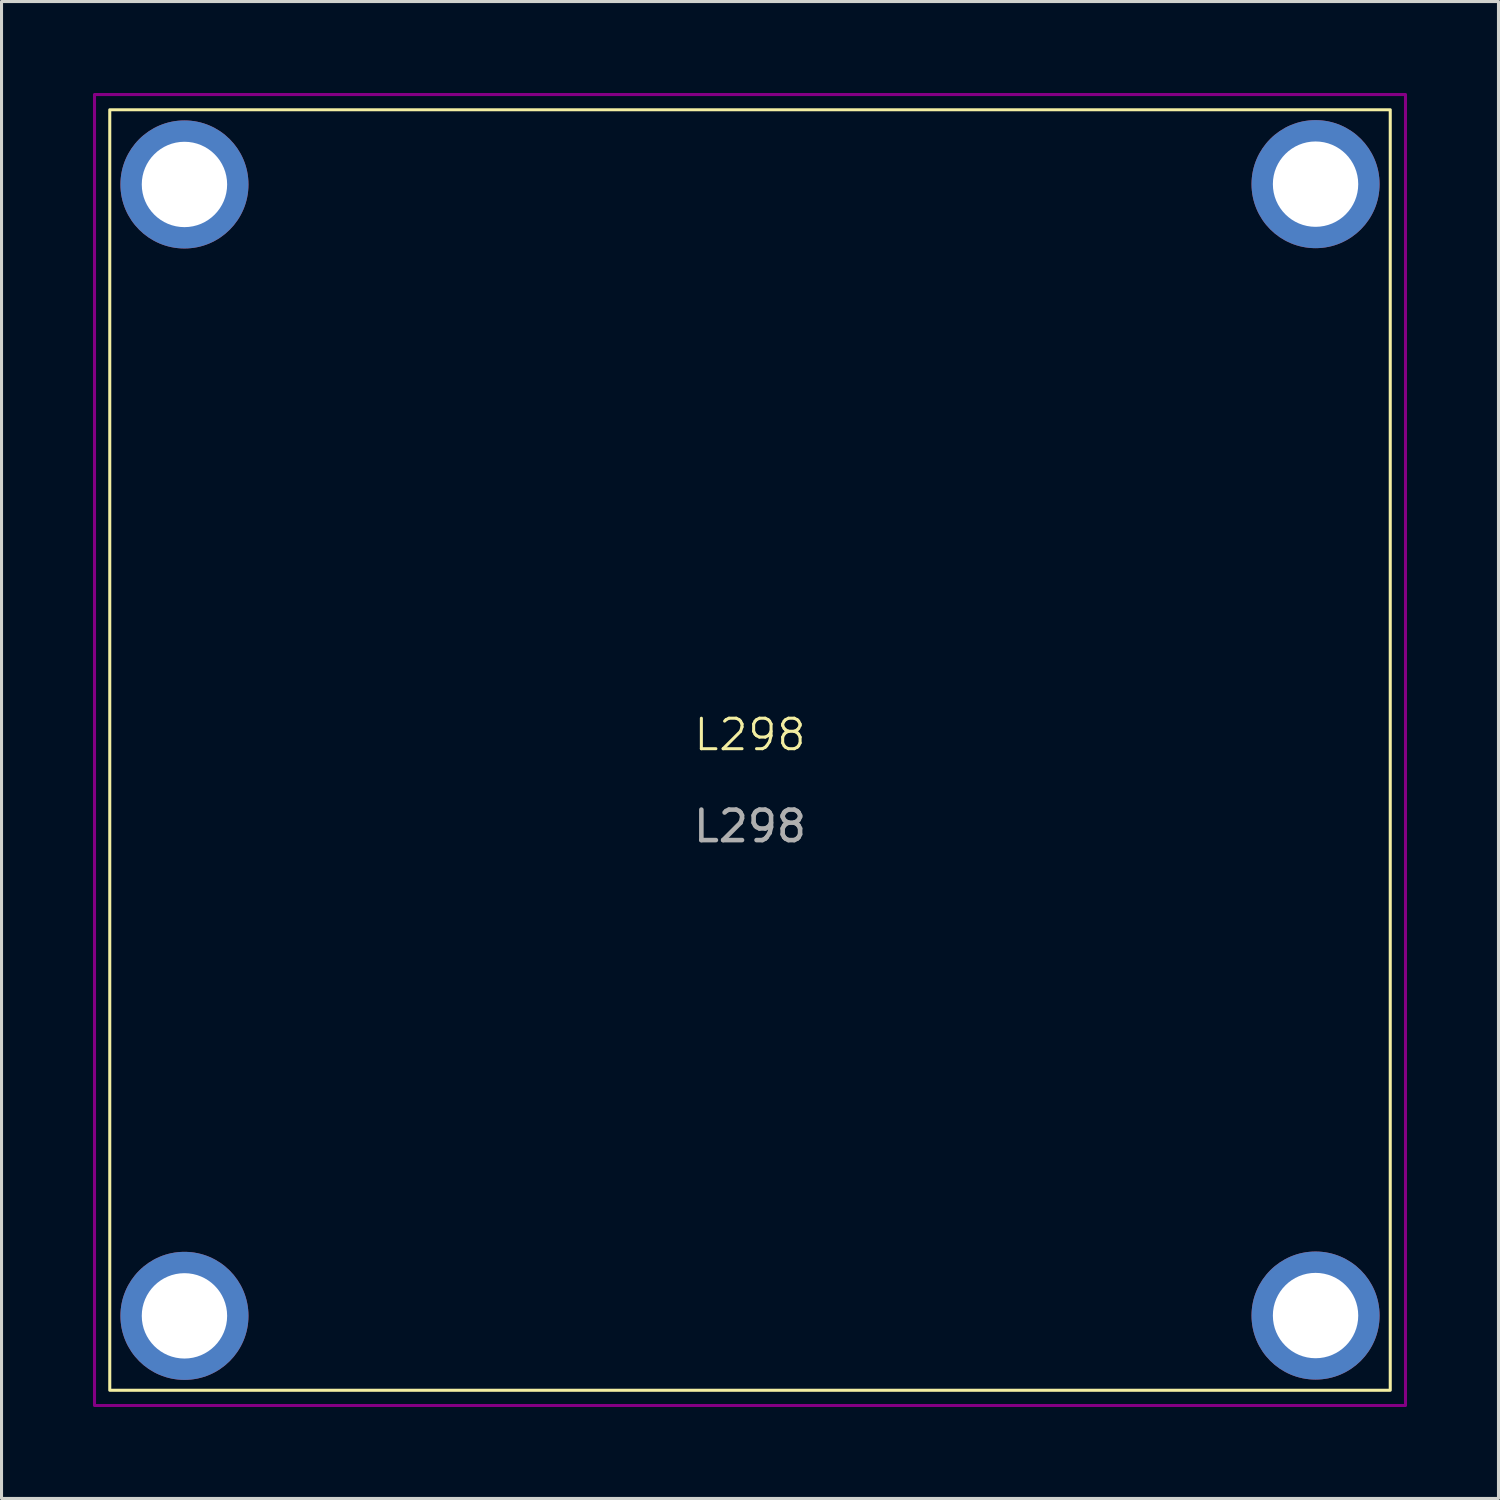
<source format=kicad_pcb>
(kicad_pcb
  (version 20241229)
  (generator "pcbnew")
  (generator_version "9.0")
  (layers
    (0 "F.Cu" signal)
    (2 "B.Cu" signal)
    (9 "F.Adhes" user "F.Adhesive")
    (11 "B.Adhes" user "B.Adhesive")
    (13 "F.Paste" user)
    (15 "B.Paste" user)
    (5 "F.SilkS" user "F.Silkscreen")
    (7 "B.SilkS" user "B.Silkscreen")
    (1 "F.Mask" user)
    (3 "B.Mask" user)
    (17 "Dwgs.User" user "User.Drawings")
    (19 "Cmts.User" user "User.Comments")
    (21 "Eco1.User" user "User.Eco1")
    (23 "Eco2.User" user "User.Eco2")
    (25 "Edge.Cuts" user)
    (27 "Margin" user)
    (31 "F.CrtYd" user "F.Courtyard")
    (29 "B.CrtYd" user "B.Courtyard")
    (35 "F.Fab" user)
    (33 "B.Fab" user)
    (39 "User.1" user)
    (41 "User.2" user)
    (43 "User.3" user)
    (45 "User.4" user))
  (footprint "L298"
    (layer "F.Cu")
    (at 20.23 21.74)
    (property "Reference" "L298" (at 1.32 -0.69 0) (unlocked yes) (layer "F.SilkS") (effects (font (size 1 1) (thickness 0.1))))
    (attr through_hole)
    (fp_rect (start -19.68 -21.19) (end 22.32 20.81) (stroke (width 0.1) (type default)) (fill no) (layer "F.SilkS"))
    (fp_rect (start -20.18 -21.69) (end 22.82 21.31) (stroke (width 0.1) (type default)) (fill no) (layer "F.Adhes"))
    (fp_text user "${REFERENCE}" (at 1.32 2.31 0) (unlocked yes) (layer "F.Fab") (effects (font (size 1 1) (thickness 0.15))))
    (pad "0" thru_hole circle (at -17.23 -18.74) (size 4.2 4.2) (drill 2.8) (layers "*.Cu" "*.Mask"))
    (pad "0" thru_hole circle (at -17.23 18.37) (size 4.2 4.2) (drill 2.8) (layers "*.Cu" "*.Mask"))
    (pad "0" thru_hole circle (at 19.87 -18.75) (size 4.2 4.2) (drill 2.8) (layers "*.Cu" "*.Mask"))
    (pad "0" thru_hole circle (at 19.87 18.36) (size 4.2 4.2) (drill 2.8) (layers "*.Cu" "*.Mask")))
  (gr_rect
    (start -3 -3)
    (end 46.1 46.1)
    (stroke (width 0.1) (type default))
    (fill no)
    (layer "Edge.Cuts")))
</source>
